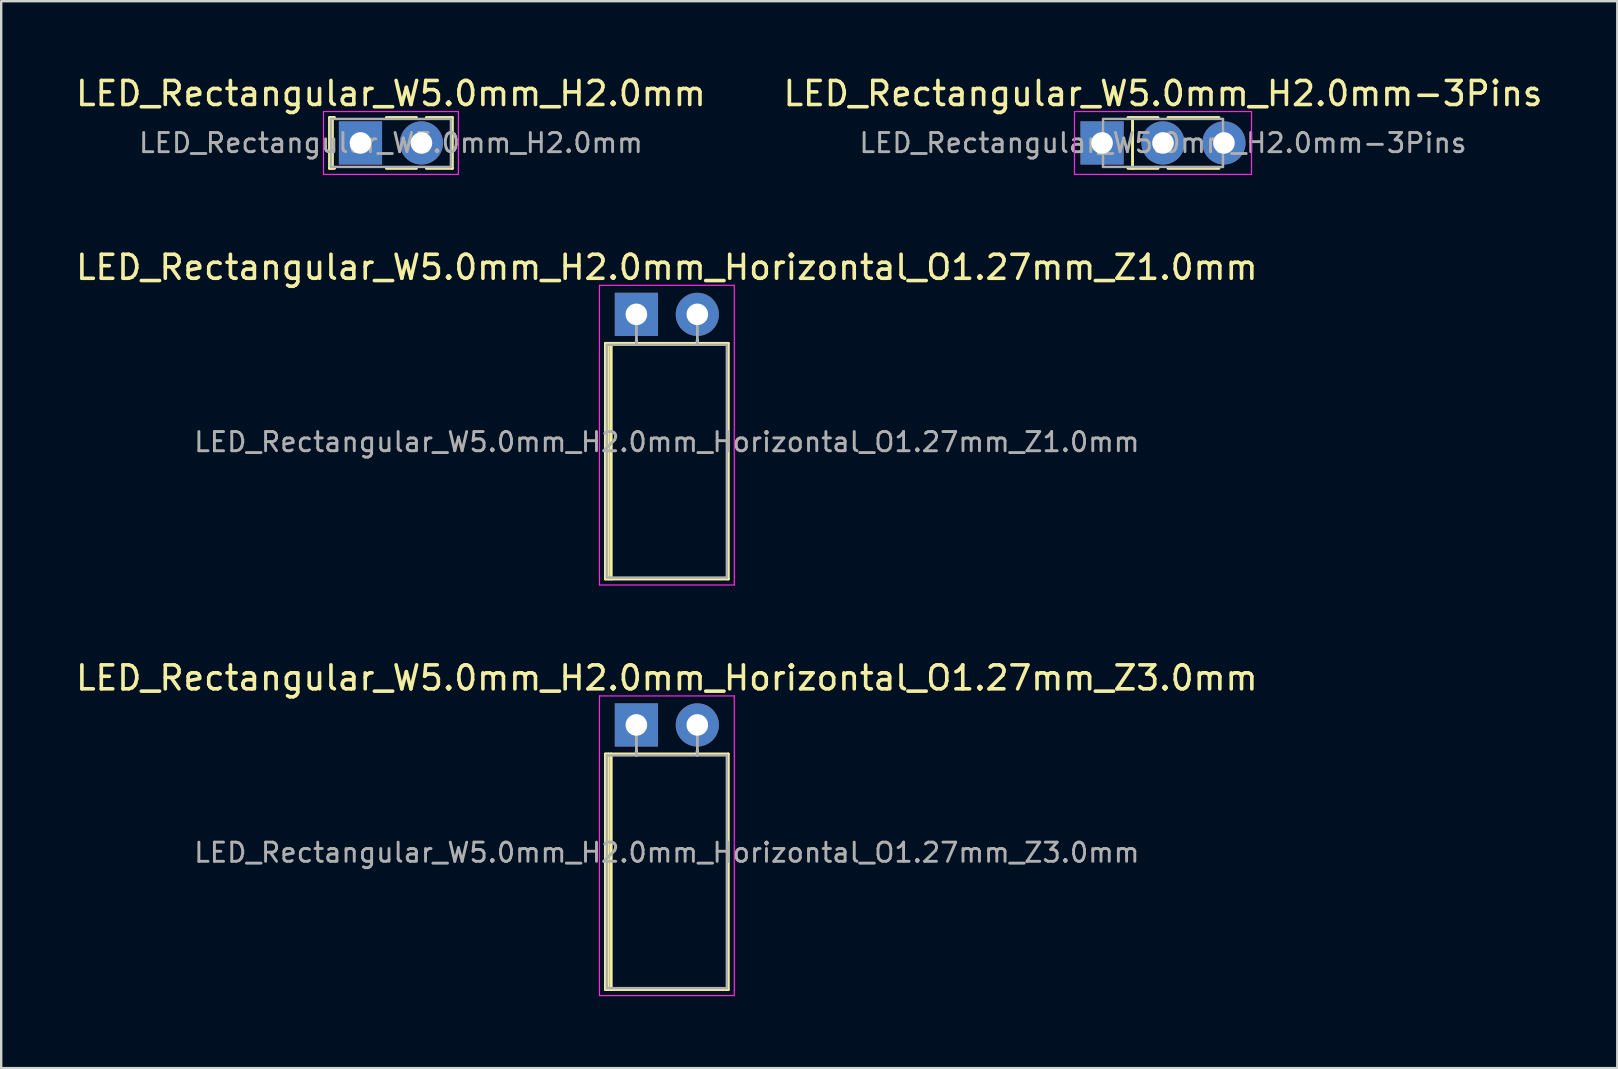
<source format=kicad_pcb>
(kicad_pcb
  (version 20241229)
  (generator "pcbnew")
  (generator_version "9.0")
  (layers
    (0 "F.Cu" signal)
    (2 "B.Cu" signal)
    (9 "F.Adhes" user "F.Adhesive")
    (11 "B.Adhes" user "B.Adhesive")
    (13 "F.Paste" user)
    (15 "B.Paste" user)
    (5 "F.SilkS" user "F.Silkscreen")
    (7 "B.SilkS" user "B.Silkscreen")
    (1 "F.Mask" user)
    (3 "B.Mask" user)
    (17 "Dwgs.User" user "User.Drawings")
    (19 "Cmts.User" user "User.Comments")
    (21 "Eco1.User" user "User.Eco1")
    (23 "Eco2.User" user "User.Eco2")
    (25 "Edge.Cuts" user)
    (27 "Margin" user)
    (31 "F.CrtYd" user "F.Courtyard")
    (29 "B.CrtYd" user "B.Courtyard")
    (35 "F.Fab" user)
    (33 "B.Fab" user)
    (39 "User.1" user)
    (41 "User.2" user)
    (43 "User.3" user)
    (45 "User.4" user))
  (footprint "LED_Rectangular_W5.0mm_H2.0mm"
    (layer "F.Cu")
    (at 11.974 2.908)
    (property "Reference" "LED_Rectangular_W5.0mm_H2.0mm" (at 1.27 -2.06 0) (layer "F.SilkS") (effects (font (size 1 1) (thickness 0.15))))
    (attr through_hole)
    (fp_line (start -1.29 -1.06) (end -1.29 1.06) (stroke (width 0.12) (type solid)) (layer "F.SilkS"))
    (fp_line (start -1.29 -1.06) (end -1.08 -1.06) (stroke (width 0.12) (type solid)) (layer "F.SilkS"))
    (fp_line (start -1.29 1.06) (end -1.08 1.06) (stroke (width 0.12) (type solid)) (layer "F.SilkS"))
    (fp_line (start -1.17 -1.06) (end -1.17 1.06) (stroke (width 0.12) (type solid)) (layer "F.SilkS"))
    (fp_line (start 1.08 -1.06) (end 2.333 -1.06) (stroke (width 0.12) (type solid)) (layer "F.SilkS"))
    (fp_line (start 1.08 1.06) (end 2.333 1.06) (stroke (width 0.12) (type solid)) (layer "F.SilkS"))
    (fp_line (start 2.747 -1.06) (end 3.83 -1.06) (stroke (width 0.12) (type solid)) (layer "F.SilkS"))
    (fp_line (start 2.747 1.06) (end 3.83 1.06) (stroke (width 0.12) (type solid)) (layer "F.SilkS"))
    (fp_line (start 3.83 -1.06) (end 3.83 1.06) (stroke (width 0.12) (type solid)) (layer "F.SilkS"))
    (fp_line (start -1.54 -1.31) (end -1.54 1.31) (stroke (width 0.05) (type solid)) (layer "F.CrtYd"))
    (fp_line (start -1.54 1.31) (end 4.08 1.31) (stroke (width 0.05) (type solid)) (layer "F.CrtYd"))
    (fp_line (start 4.08 -1.31) (end -1.54 -1.31) (stroke (width 0.05) (type solid)) (layer "F.CrtYd"))
    (fp_line (start 4.08 1.31) (end 4.08 -1.31) (stroke (width 0.05) (type solid)) (layer "F.CrtYd"))
    (fp_line (start -1.23 -1) (end -1.23 1) (stroke (width 0.1) (type solid)) (layer "F.Fab"))
    (fp_line (start -1.23 1) (end 3.77 1) (stroke (width 0.1) (type solid)) (layer "F.Fab"))
    (fp_line (start 3.77 -1) (end -1.23 -1) (stroke (width 0.1) (type solid)) (layer "F.Fab"))
    (fp_line (start 3.77 1) (end 3.77 -1) (stroke (width 0.1) (type solid)) (layer "F.Fab"))
    (fp_text user "${REFERENCE}" (at 1.27 0 0) (layer "F.Fab") (effects (font (size 0.8 0.8) (thickness 0.12))))
    (pad "1" thru_hole rect (at 0 0) (size 1.8 1.8) (drill 0.9) (layers "*.Cu" "*.Mask"))
    (pad "2" thru_hole circle (at 2.54 0) (size 1.8 1.8) (drill 0.9) (layers "*.Cu" "*.Mask")))
  (footprint "LED_Rectangular_W5.0mm_H2.0mm_Horizontal_O1.27mm_Z1.0mm"
    (layer "F.Cu")
    (at 23.474 10.052)
    (property "Reference" "LED_Rectangular_W5.0mm_H2.0mm_Horizontal_O1.27mm_Z1.0mm" (at 1.27 -1.96 0) (layer "F.SilkS") (effects (font (size 1 1) (thickness 0.15))))
    (attr through_hole)
    (fp_line (start -1.29 1.21) (end -1.29 11.03) (stroke (width 0.12) (type solid)) (layer "F.SilkS"))
    (fp_line (start -1.29 11.03) (end 3.83 11.03) (stroke (width 0.12) (type solid)) (layer "F.SilkS"))
    (fp_line (start -1.17 1.21) (end -1.17 11.03) (stroke (width 0.12) (type solid)) (layer "F.SilkS"))
    (fp_line (start -1.05 1.21) (end -1.05 11.03) (stroke (width 0.12) (type solid)) (layer "F.SilkS"))
    (fp_line (start 0 1.08) (end 0 1.08) (stroke (width 0.12) (type solid)) (layer "F.SilkS"))
    (fp_line (start 0 1.08) (end 0 1.21) (stroke (width 0.12) (type solid)) (layer "F.SilkS"))
    (fp_line (start 0 1.21) (end 0 1.08) (stroke (width 0.12) (type solid)) (layer "F.SilkS"))
    (fp_line (start 0 1.21) (end 0 1.21) (stroke (width 0.12) (type solid)) (layer "F.SilkS"))
    (fp_line (start 2.54 1.08) (end 2.54 1.08) (stroke (width 0.12) (type solid)) (layer "F.SilkS"))
    (fp_line (start 2.54 1.08) (end 2.54 1.21) (stroke (width 0.12) (type solid)) (layer "F.SilkS"))
    (fp_line (start 2.54 1.21) (end 2.54 1.08) (stroke (width 0.12) (type solid)) (layer "F.SilkS"))
    (fp_line (start 2.54 1.21) (end 2.54 1.21) (stroke (width 0.12) (type solid)) (layer "F.SilkS"))
    (fp_line (start 3.83 1.21) (end -1.29 1.21) (stroke (width 0.12) (type solid)) (layer "F.SilkS"))
    (fp_line (start 3.83 11.03) (end 3.83 1.21) (stroke (width 0.12) (type solid)) (layer "F.SilkS"))
    (fp_line (start -1.54 -1.21) (end -1.54 11.28) (stroke (width 0.05) (type solid)) (layer "F.CrtYd"))
    (fp_line (start -1.54 11.28) (end 4.08 11.28) (stroke (width 0.05) (type solid)) (layer "F.CrtYd"))
    (fp_line (start 4.08 -1.21) (end -1.54 -1.21) (stroke (width 0.05) (type solid)) (layer "F.CrtYd"))
    (fp_line (start 4.08 11.28) (end 4.08 -1.21) (stroke (width 0.05) (type solid)) (layer "F.CrtYd"))
    (fp_line (start -1.23 1.27) (end -1.23 10.97) (stroke (width 0.1) (type solid)) (layer "F.Fab"))
    (fp_line (start -1.23 10.97) (end 3.77 10.97) (stroke (width 0.1) (type solid)) (layer "F.Fab"))
    (fp_line (start 0 0) (end 0 0) (stroke (width 0.1) (type solid)) (layer "F.Fab"))
    (fp_line (start 0 0) (end 0 1.27) (stroke (width 0.1) (type solid)) (layer "F.Fab"))
    (fp_line (start 0 1.27) (end 0 0) (stroke (width 0.1) (type solid)) (layer "F.Fab"))
    (fp_line (start 0 1.27) (end 0 1.27) (stroke (width 0.1) (type solid)) (layer "F.Fab"))
    (fp_line (start 2.54 0) (end 2.54 0) (stroke (width 0.1) (type solid)) (layer "F.Fab"))
    (fp_line (start 2.54 0) (end 2.54 1.27) (stroke (width 0.1) (type solid)) (layer "F.Fab"))
    (fp_line (start 2.54 1.27) (end 2.54 0) (stroke (width 0.1) (type solid)) (layer "F.Fab"))
    (fp_line (start 2.54 1.27) (end 2.54 1.27) (stroke (width 0.1) (type solid)) (layer "F.Fab"))
    (fp_line (start 3.77 1.27) (end -1.23 1.27) (stroke (width 0.1) (type solid)) (layer "F.Fab"))
    (fp_line (start 3.77 10.97) (end 3.77 1.27) (stroke (width 0.1) (type solid)) (layer "F.Fab"))
    (fp_text user "${REFERENCE}" (at 1.27 5.32 0) (layer "F.Fab") (effects (font (size 0.8 0.8) (thickness 0.12))))
    (pad "1" thru_hole rect (at 0 0) (size 1.8 1.8) (drill 0.9) (layers "*.Cu" "*.Mask"))
    (pad "2" thru_hole circle (at 2.54 0) (size 1.8 1.8) (drill 0.9) (layers "*.Cu" "*.Mask")))
  (footprint "LED_Rectangular_W5.0mm_H2.0mm_Horizontal_O1.27mm_Z3.0mm"
    (layer "F.Cu")
    (at 23.474 27.165)
    (property "Reference" "LED_Rectangular_W5.0mm_H2.0mm_Horizontal_O1.27mm_Z3.0mm" (at 1.27 -1.96 0) (layer "F.SilkS") (effects (font (size 1 1) (thickness 0.15))))
    (attr through_hole)
    (fp_line (start -1.29 1.21) (end -1.29 11.03) (stroke (width 0.12) (type solid)) (layer "F.SilkS"))
    (fp_line (start -1.29 11.03) (end 3.83 11.03) (stroke (width 0.12) (type solid)) (layer "F.SilkS"))
    (fp_line (start -1.17 1.21) (end -1.17 11.03) (stroke (width 0.12) (type solid)) (layer "F.SilkS"))
    (fp_line (start -1.05 1.21) (end -1.05 11.03) (stroke (width 0.12) (type solid)) (layer "F.SilkS"))
    (fp_line (start 0 1.08) (end 0 1.08) (stroke (width 0.12) (type solid)) (layer "F.SilkS"))
    (fp_line (start 0 1.08) (end 0 1.21) (stroke (width 0.12) (type solid)) (layer "F.SilkS"))
    (fp_line (start 0 1.21) (end 0 1.08) (stroke (width 0.12) (type solid)) (layer "F.SilkS"))
    (fp_line (start 0 1.21) (end 0 1.21) (stroke (width 0.12) (type solid)) (layer "F.SilkS"))
    (fp_line (start 2.54 1.08) (end 2.54 1.08) (stroke (width 0.12) (type solid)) (layer "F.SilkS"))
    (fp_line (start 2.54 1.08) (end 2.54 1.21) (stroke (width 0.12) (type solid)) (layer "F.SilkS"))
    (fp_line (start 2.54 1.21) (end 2.54 1.08) (stroke (width 0.12) (type solid)) (layer "F.SilkS"))
    (fp_line (start 2.54 1.21) (end 2.54 1.21) (stroke (width 0.12) (type solid)) (layer "F.SilkS"))
    (fp_line (start 3.83 1.21) (end -1.29 1.21) (stroke (width 0.12) (type solid)) (layer "F.SilkS"))
    (fp_line (start 3.83 11.03) (end 3.83 1.21) (stroke (width 0.12) (type solid)) (layer "F.SilkS"))
    (fp_line (start -1.54 -1.21) (end -1.54 11.28) (stroke (width 0.05) (type solid)) (layer "F.CrtYd"))
    (fp_line (start -1.54 11.28) (end 4.08 11.28) (stroke (width 0.05) (type solid)) (layer "F.CrtYd"))
    (fp_line (start 4.08 -1.21) (end -1.54 -1.21) (stroke (width 0.05) (type solid)) (layer "F.CrtYd"))
    (fp_line (start 4.08 11.28) (end 4.08 -1.21) (stroke (width 0.05) (type solid)) (layer "F.CrtYd"))
    (fp_line (start -1.23 1.27) (end -1.23 10.97) (stroke (width 0.1) (type solid)) (layer "F.Fab"))
    (fp_line (start -1.23 10.97) (end 3.77 10.97) (stroke (width 0.1) (type solid)) (layer "F.Fab"))
    (fp_line (start 0 0) (end 0 0) (stroke (width 0.1) (type solid)) (layer "F.Fab"))
    (fp_line (start 0 0) (end 0 1.27) (stroke (width 0.1) (type solid)) (layer "F.Fab"))
    (fp_line (start 0 1.27) (end 0 0) (stroke (width 0.1) (type solid)) (layer "F.Fab"))
    (fp_line (start 0 1.27) (end 0 1.27) (stroke (width 0.1) (type solid)) (layer "F.Fab"))
    (fp_line (start 2.54 0) (end 2.54 0) (stroke (width 0.1) (type solid)) (layer "F.Fab"))
    (fp_line (start 2.54 0) (end 2.54 1.27) (stroke (width 0.1) (type solid)) (layer "F.Fab"))
    (fp_line (start 2.54 1.27) (end 2.54 0) (stroke (width 0.1) (type solid)) (layer "F.Fab"))
    (fp_line (start 2.54 1.27) (end 2.54 1.27) (stroke (width 0.1) (type solid)) (layer "F.Fab"))
    (fp_line (start 3.77 1.27) (end -1.23 1.27) (stroke (width 0.1) (type solid)) (layer "F.Fab"))
    (fp_line (start 3.77 10.97) (end 3.77 1.27) (stroke (width 0.1) (type solid)) (layer "F.Fab"))
    (fp_text user "${REFERENCE}" (at 1.27 5.32 0) (layer "F.Fab") (effects (font (size 0.8 0.8) (thickness 0.12))))
    (pad "1" thru_hole rect (at 0 0) (size 1.8 1.8) (drill 0.9) (layers "*.Cu" "*.Mask"))
    (pad "2" thru_hole circle (at 2.54 0) (size 1.8 1.8) (drill 0.9) (layers "*.Cu" "*.Mask")))
  (footprint "LED_Rectangular_W5.0mm_H2.0mm-3Pins"
    (layer "F.Cu")
    (at 42.883 2.908)
    (property "Reference" "LED_Rectangular_W5.0mm_H2.0mm-3Pins" (at 2.54 -2.06 0) (layer "F.SilkS") (effects (font (size 1 1) (thickness 0.15))))
    (attr through_hole)
    (fp_line (start 1.08 -1.06) (end 2.333 -1.06) (stroke (width 0.12) (type solid)) (layer "F.SilkS"))
    (fp_line (start 1.08 1.06) (end 2.333 1.06) (stroke (width 0.12) (type solid)) (layer "F.SilkS"))
    (fp_line (start 1.27 -1.06) (end 1.27 1.06) (stroke (width 0.12) (type solid)) (layer "F.SilkS"))
    (fp_line (start 2.747 -1.06) (end 4.873 -1.06) (stroke (width 0.12) (type solid)) (layer "F.SilkS"))
    (fp_line (start 2.747 1.06) (end 4.873 1.06) (stroke (width 0.12) (type solid)) (layer "F.SilkS"))
    (fp_line (start -1.15 -1.31) (end -1.15 1.31) (stroke (width 0.05) (type solid)) (layer "F.CrtYd"))
    (fp_line (start -1.15 1.31) (end 6.23 1.31) (stroke (width 0.05) (type solid)) (layer "F.CrtYd"))
    (fp_line (start 6.23 -1.31) (end -1.15 -1.31) (stroke (width 0.05) (type solid)) (layer "F.CrtYd"))
    (fp_line (start 6.23 1.31) (end 6.23 -1.31) (stroke (width 0.05) (type solid)) (layer "F.CrtYd"))
    (fp_line (start 0.04 -1) (end 0.04 1) (stroke (width 0.1) (type solid)) (layer "F.Fab"))
    (fp_line (start 0.04 1) (end 5.04 1) (stroke (width 0.1) (type solid)) (layer "F.Fab"))
    (fp_line (start 5.04 -1) (end 0.04 -1) (stroke (width 0.1) (type solid)) (layer "F.Fab"))
    (fp_line (start 5.04 1) (end 5.04 -1) (stroke (width 0.1) (type solid)) (layer "F.Fab"))
    (fp_text user "${REFERENCE}" (at 2.54 0 0) (layer "F.Fab") (effects (font (size 0.8 0.8) (thickness 0.12))))
    (pad "1" thru_hole rect (at 0 0) (size 1.8 1.8) (drill 0.9) (layers "*.Cu" "*.Mask"))
    (pad "2" thru_hole circle (at 2.54 0) (size 1.8 1.8) (drill 0.9) (layers "*.Cu" "*.Mask"))
    (pad "3" thru_hole circle (at 5.08 0) (size 1.8 1.8) (drill 0.9) (layers "*.Cu" "*.Mask")))
  (gr_rect
    (start -3 -3)
    (end 64.357 41.47)
    (stroke (width 0.1) (type default))
    (fill no)
    (layer "Edge.Cuts")))
</source>
